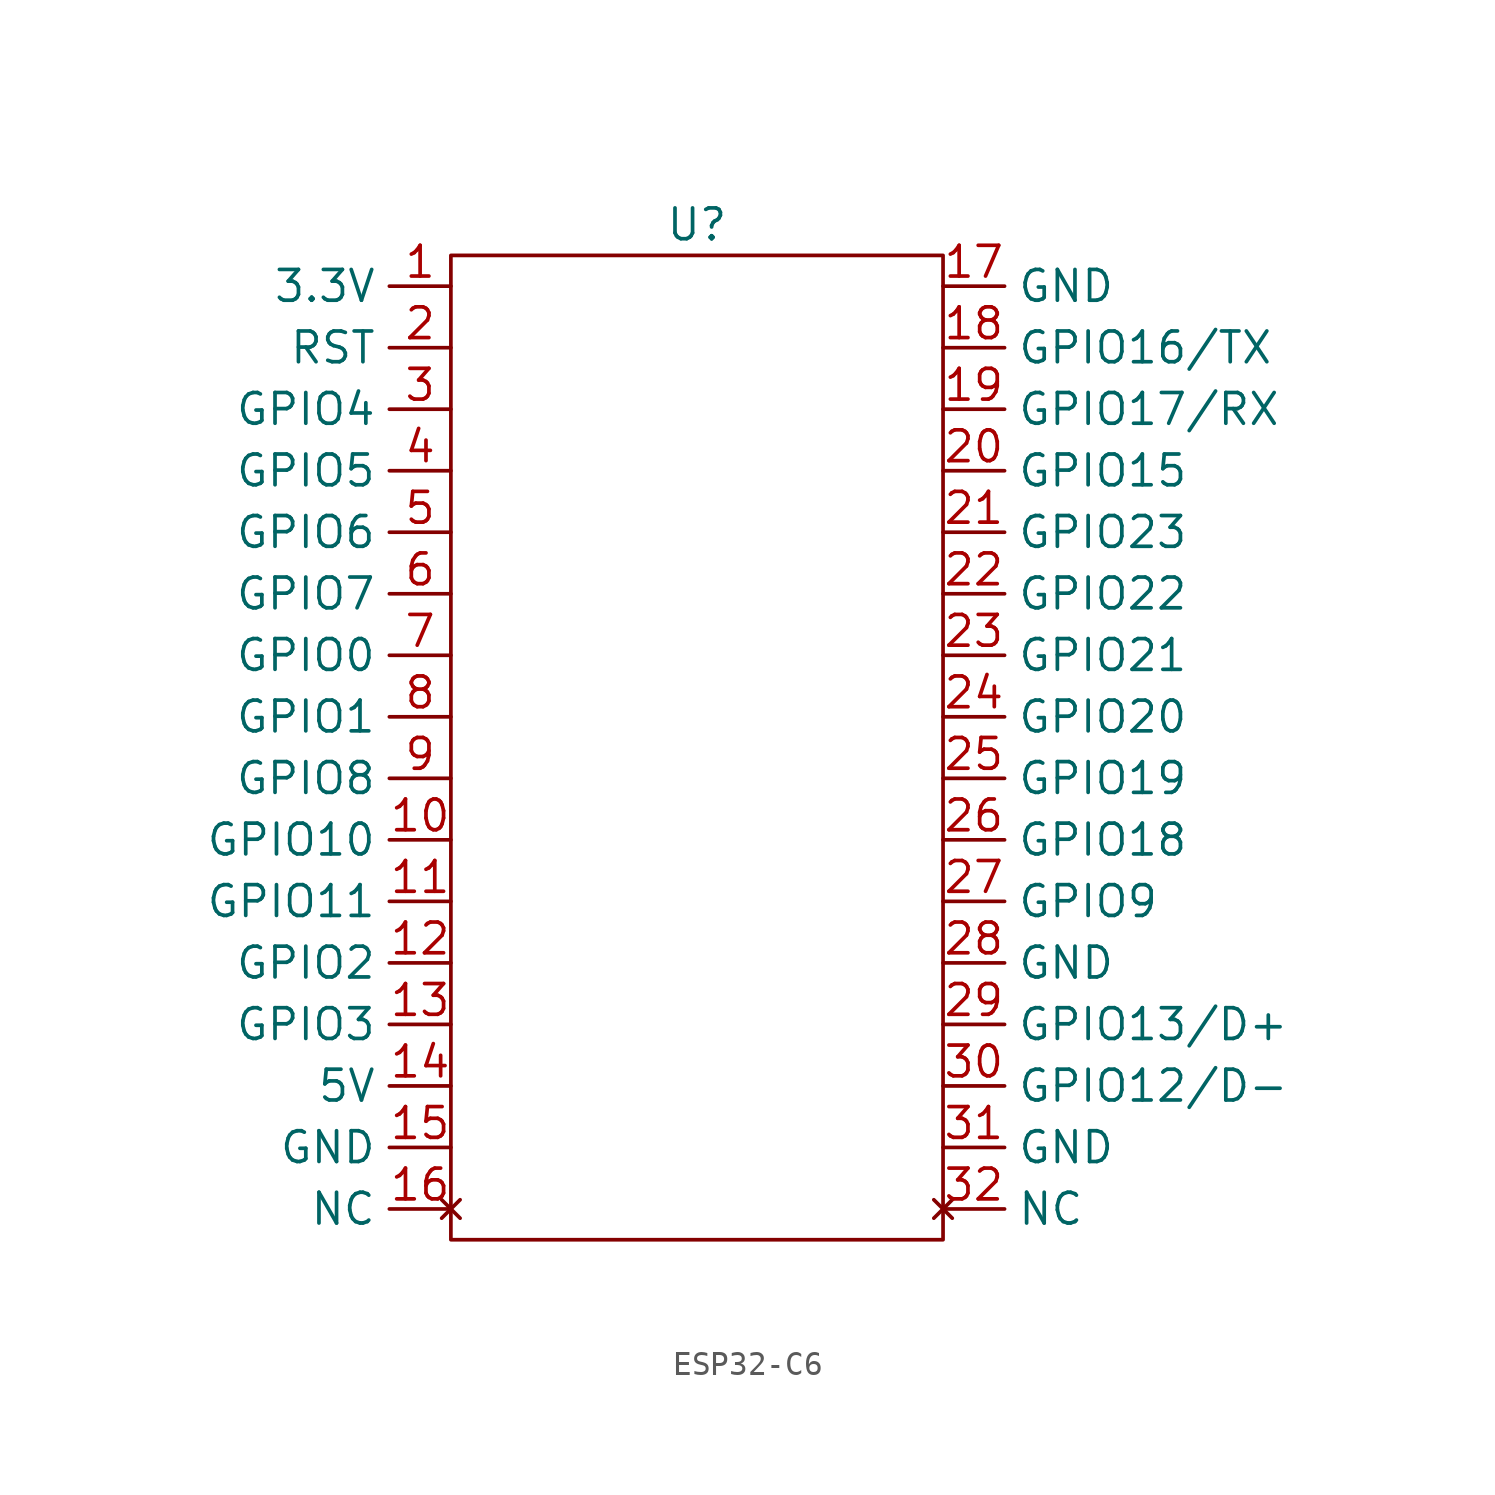
<source format=kicad_sym>
(kicad_symbol_lib
  (version 20241209)
  (generator "kicad_symbol_editor")
  (generator_version "9.0")
  (symbol "ESP32-C6"
    (property "Reference" "U"
      (at 0 0 0)
      (effects (font (size 1.27 1.27))))
    (property "Value" ""
      (at 0 0 0)
      (effects (font (size 1.27 1.27))))
    (symbol "ESP32-C6_0_1"
      (rectangle (start -10.16 -1.27) (end 10.16 -41.91) (stroke (width 0) (type default)) (fill (type none))))
    (symbol "ESP32-C6_1_1"
      (pin passive line (at -10.16 -2.54 180) (length 2.54) (name "3.3V" (effects (font (size 1.27 1.27)))) (number "1" (effects (font (size 1.27 1.27)))))
      (pin input line (at -10.16 -5.08 180) (length 2.54) (name "RST" (effects (font (size 1.27 1.27)))) (number "2" (effects (font (size 1.27 1.27)))))
      (pin bidirectional line (at -10.16 -7.62 180) (length 2.54) (name "GPIO4" (effects (font (size 1.27 1.27)))) (number "3" (effects (font (size 1.27 1.27)))))
      (pin bidirectional line (at -10.16 -10.16 180) (length 2.54) (name "GPIO5" (effects (font (size 1.27 1.27)))) (number "4" (effects (font (size 1.27 1.27)))))
      (pin bidirectional line (at -10.16 -12.7 180) (length 2.54) (name "GPIO6" (effects (font (size 1.27 1.27)))) (number "5" (effects (font (size 1.27 1.27)))))
      (pin bidirectional line (at -10.16 -15.24 180) (length 2.54) (name "GPIO7" (effects (font (size 1.27 1.27)))) (number "6" (effects (font (size 1.27 1.27)))))
      (pin bidirectional line (at -10.16 -17.78 180) (length 2.54) (name "GPIO0" (effects (font (size 1.27 1.27)))) (number "7" (effects (font (size 1.27 1.27)))))
      (pin bidirectional line (at -10.16 -20.32 180) (length 2.54) (name "GPIO1" (effects (font (size 1.27 1.27)))) (number "8" (effects (font (size 1.27 1.27)))))
      (pin bidirectional line (at -10.16 -22.86 180) (length 2.54) (name "GPIO8" (effects (font (size 1.27 1.27)))) (number "9" (effects (font (size 1.27 1.27)))))
      (pin bidirectional line (at -10.16 -25.4 180) (length 2.54) (name "GPIO10" (effects (font (size 1.27 1.27)))) (number "10" (effects (font (size 1.27 1.27)))))
      (pin bidirectional line (at -10.16 -27.94 180) (length 2.54) (name "GPIO11" (effects (font (size 1.27 1.27)))) (number "11" (effects (font (size 1.27 1.27)))))
      (pin bidirectional line (at -10.16 -30.48 180) (length 2.54) (name "GPIO2" (effects (font (size 1.27 1.27)))) (number "12" (effects (font (size 1.27 1.27)))))
      (pin bidirectional line (at -10.16 -33.02 180) (length 2.54) (name "GPIO3" (effects (font (size 1.27 1.27)))) (number "13" (effects (font (size 1.27 1.27)))))
      (pin passive line (at -10.16 -35.56 180) (length 2.54) (name "5V" (effects (font (size 1.27 1.27)))) (number "14" (effects (font (size 1.27 1.27)))))
      (pin passive line (at -10.16 -38.1 180) (length 2.54) (name "GND" (effects (font (size 1.27 1.27)))) (number "15" (effects (font (size 1.27 1.27)))))
      (pin no_connect line (at -10.16 -40.64 180) (length 2.54) (name "NC" (effects (font (size 1.27 1.27)))) (number "16" (effects (font (size 1.27 1.27)))))
      (pin passive line (at 10.16 -2.54 0) (length 2.54) (name "GND" (effects (font (size 1.27 1.27)))) (number "17" (effects (font (size 1.27 1.27)))))
      (pin bidirectional line (at 10.16 -5.08 0) (length 2.54) (name "GPIO16/TX" (effects (font (size 1.27 1.27)))) (number "18" (effects (font (size 1.27 1.27)))))
      (pin bidirectional line (at 10.16 -7.62 0) (length 2.54) (name "GPIO17/RX" (effects (font (size 1.27 1.27)))) (number "19" (effects (font (size 1.27 1.27)))))
      (pin bidirectional line (at 10.16 -10.16 0) (length 2.54) (name "GPIO15" (effects (font (size 1.27 1.27)))) (number "20" (effects (font (size 1.27 1.27)))))
      (pin bidirectional line (at 10.16 -12.7 0) (length 2.54) (name "GPIO23" (effects (font (size 1.27 1.27)))) (number "21" (effects (font (size 1.27 1.27)))))
      (pin bidirectional line (at 10.16 -15.24 0) (length 2.54) (name "GPIO22" (effects (font (size 1.27 1.27)))) (number "22" (effects (font (size 1.27 1.27)))))
      (pin bidirectional line (at 10.16 -17.78 0) (length 2.54) (name "GPIO21" (effects (font (size 1.27 1.27)))) (number "23" (effects (font (size 1.27 1.27)))))
      (pin bidirectional line (at 10.16 -20.32 0) (length 2.54) (name "GPIO20" (effects (font (size 1.27 1.27)))) (number "24" (effects (font (size 1.27 1.27)))))
      (pin bidirectional line (at 10.16 -22.86 0) (length 2.54) (name "GPIO19" (effects (font (size 1.27 1.27)))) (number "25" (effects (font (size 1.27 1.27)))))
      (pin bidirectional line (at 10.16 -25.4 0) (length 2.54) (name "GPIO18" (effects (font (size 1.27 1.27)))) (number "26" (effects (font (size 1.27 1.27)))))
      (pin bidirectional line (at 10.16 -27.94 0) (length 2.54) (name "GPIO9" (effects (font (size 1.27 1.27)))) (number "27" (effects (font (size 1.27 1.27)))))
      (pin passive line (at 10.16 -30.48 0) (length 2.54) (name "GND" (effects (font (size 1.27 1.27)))) (number "28" (effects (font (size 1.27 1.27)))))
      (pin bidirectional line (at 10.16 -33.02 0) (length 2.54) (name "GPIO13/D+" (effects (font (size 1.27 1.27)))) (number "29" (effects (font (size 1.27 1.27)))))
      (pin bidirectional line (at 10.16 -35.56 0) (length 2.54) (name "GPIO12/D-" (effects (font (size 1.27 1.27)))) (number "30" (effects (font (size 1.27 1.27)))))
      (pin bidirectional line (at 10.16 -38.1 0) (length 2.54) (name "GND" (effects (font (size 1.27 1.27)))) (number "31" (effects (font (size 1.27 1.27)))))
      (pin no_connect line (at 10.16 -40.64 0) (length 2.54) (name "NC" (effects (font (size 1.27 1.27)))) (number "32" (effects (font (size 1.27 1.27))))))))
</source>
